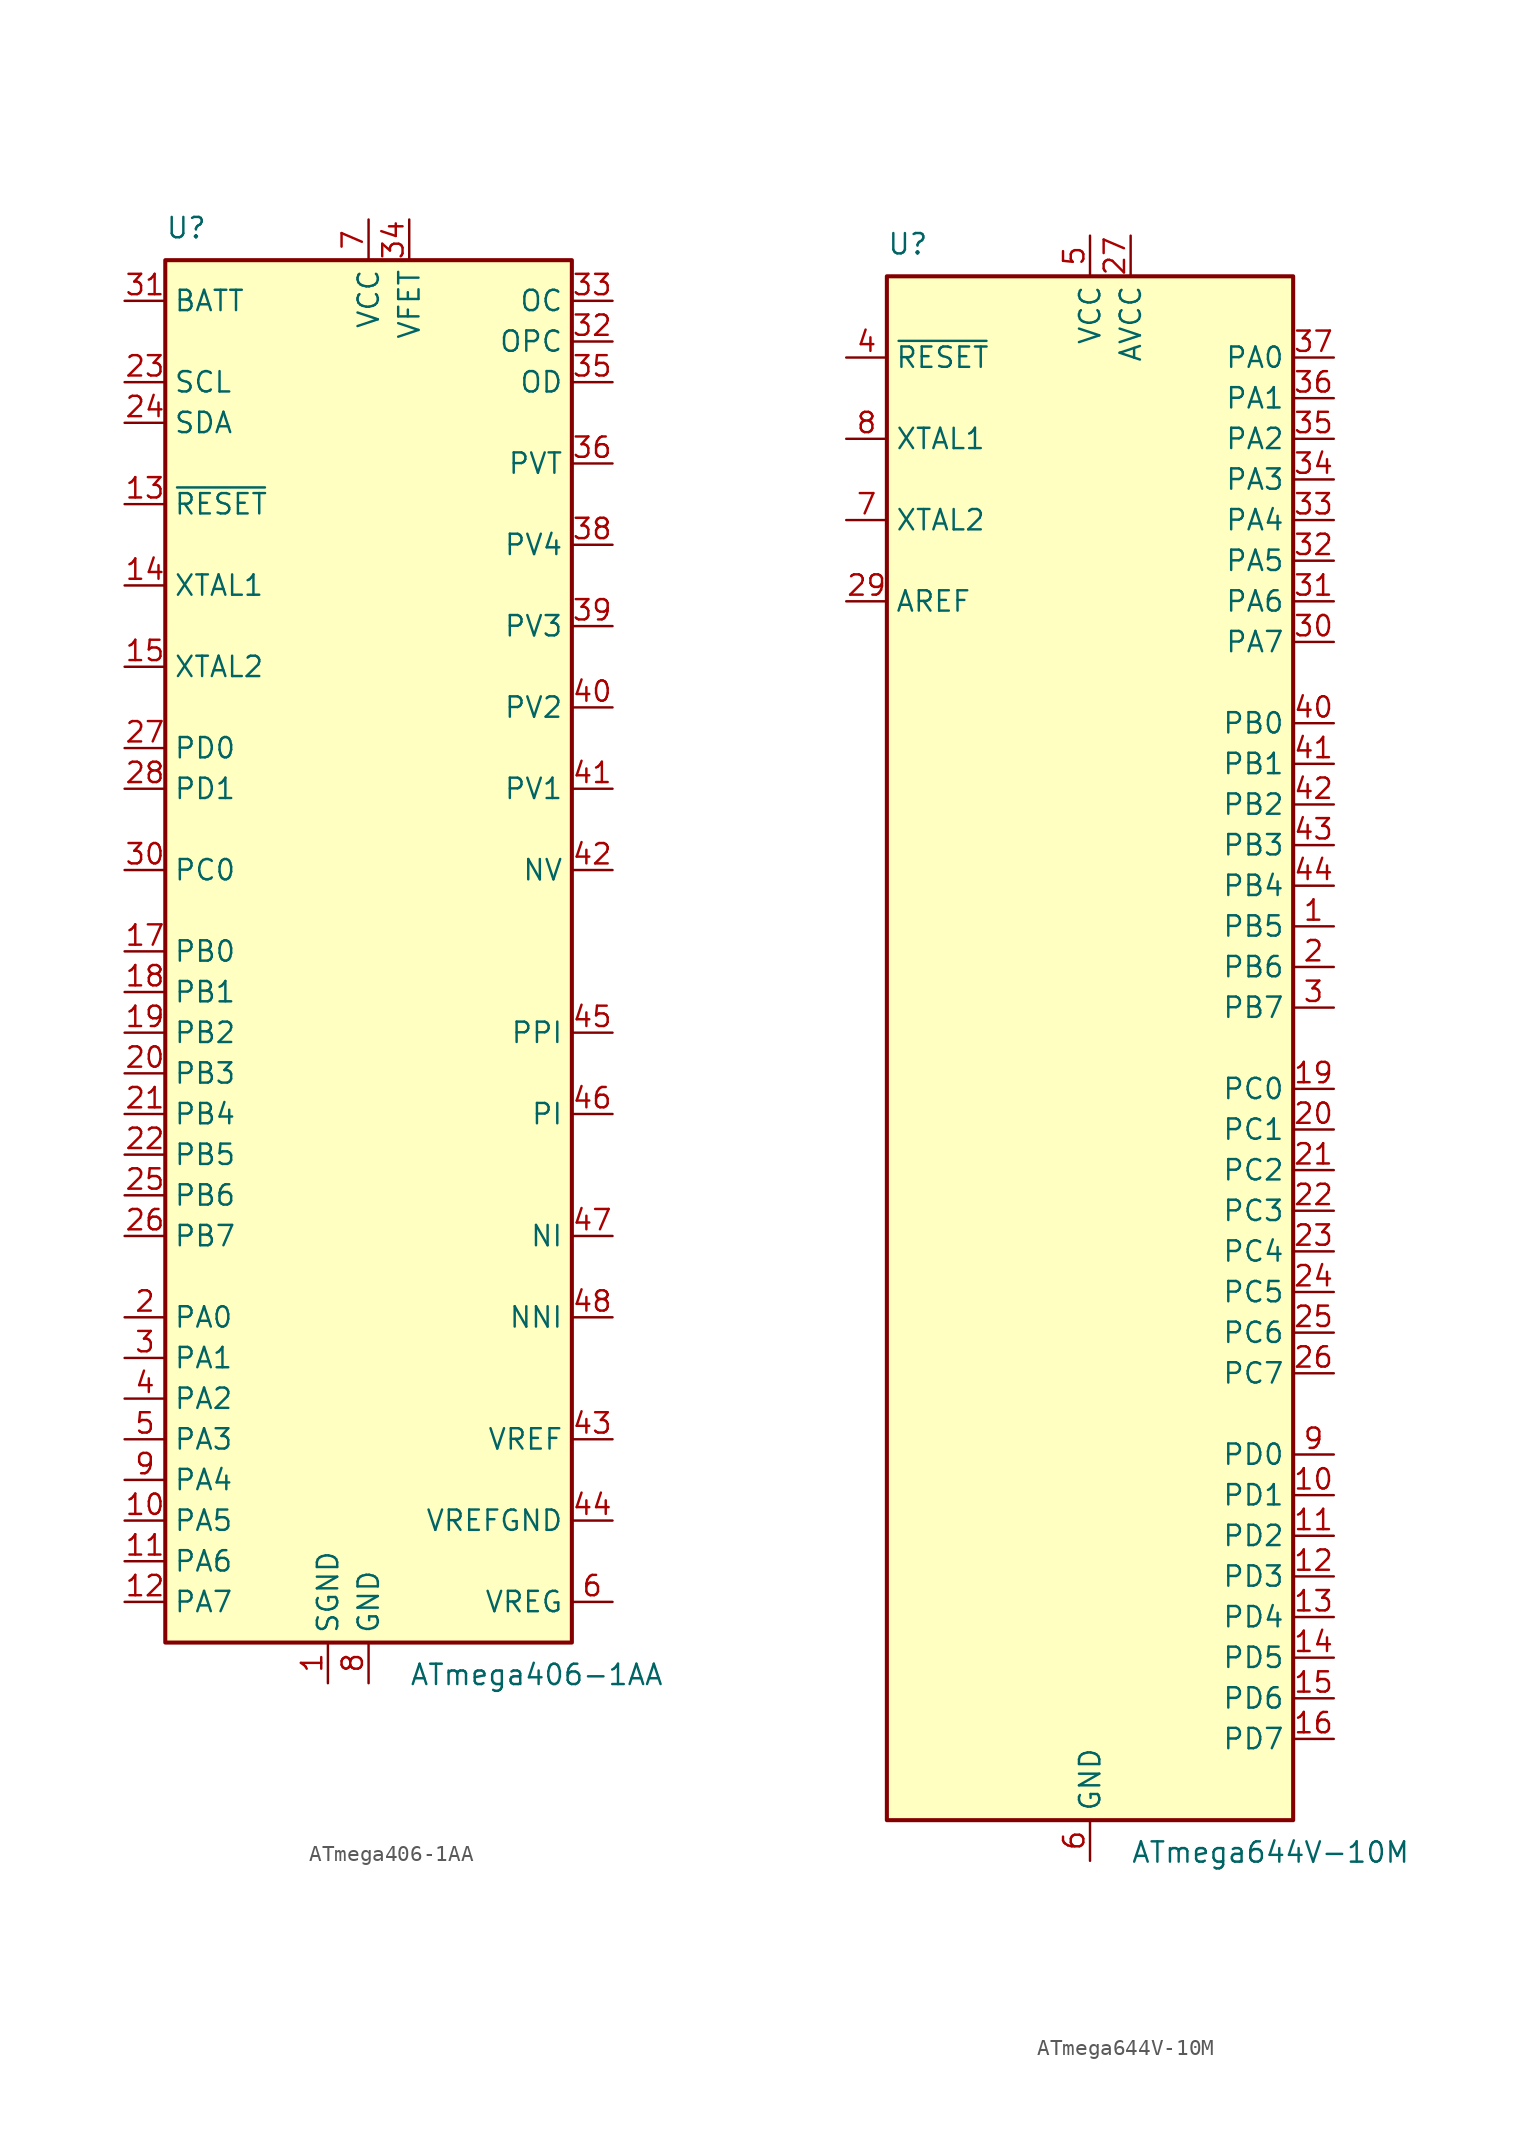
<source format=kicad_sym>
(kicad_symbol_lib
  (version 20201005)
  (generator kicad_symbol_editor)
  (symbol "MCU_Microchip_ATmega:ATmega406-1AA"
    (property "Reference" "U"
      (at -12.7 44.45 0)
      (effects (font (size 1.27 1.27)) (justify left bottom)))
    (property "Value" "ATmega406-1AA"
      (at 2.54 -44.45 0)
      (effects (font (size 1.27 1.27)) (justify left top)))
    (symbol "ATmega406-1AA_1_1"
      (rectangle (start -12.7 43.18) (end 12.7 -43.18) (stroke (width 0.254)) (fill (type background)))
      (pin power_in line (at -2.54 -45.72 90) (length 2.54) (name "SGND" (effects (font (size 1.27 1.27)))) (number "1" (effects (font (size 1.27 1.27)))))
      (pin bidirectional line (at -15.24 -35.56 0) (length 2.54) (name "PA5" (effects (font (size 1.27 1.27)))) (number "10" (effects (font (size 1.27 1.27)))))
      (pin bidirectional line (at -15.24 -38.1 0) (length 2.54) (name "PA6" (effects (font (size 1.27 1.27)))) (number "11" (effects (font (size 1.27 1.27)))))
      (pin bidirectional line (at -15.24 -40.64 0) (length 2.54) (name "PA7" (effects (font (size 1.27 1.27)))) (number "12" (effects (font (size 1.27 1.27)))))
      (pin input line (at -15.24 27.94 0) (length 2.54) (name "~RESET" (effects (font (size 1.27 1.27)))) (number "13" (effects (font (size 1.27 1.27)))))
      (pin input line (at -15.24 22.86 0) (length 2.54) (name "XTAL1" (effects (font (size 1.27 1.27)))) (number "14" (effects (font (size 1.27 1.27)))))
      (pin output line (at -15.24 17.78 0) (length 2.54) (name "XTAL2" (effects (font (size 1.27 1.27)))) (number "15" (effects (font (size 1.27 1.27)))))
      (pin passive line (at 0 -45.72 90) (length 2.54) hide (name "GND" (effects (font (size 1.27 1.27)))) (number "16" (effects (font (size 1.27 1.27)))))
      (pin bidirectional line (at -15.24 0 0) (length 2.54) (name "PB0" (effects (font (size 1.27 1.27)))) (number "17" (effects (font (size 1.27 1.27)))))
      (pin bidirectional line (at -15.24 -2.54 0) (length 2.54) (name "PB1" (effects (font (size 1.27 1.27)))) (number "18" (effects (font (size 1.27 1.27)))))
      (pin bidirectional line (at -15.24 -5.08 0) (length 2.54) (name "PB2" (effects (font (size 1.27 1.27)))) (number "19" (effects (font (size 1.27 1.27)))))
      (pin bidirectional line (at -15.24 -22.86 0) (length 2.54) (name "PA0" (effects (font (size 1.27 1.27)))) (number "2" (effects (font (size 1.27 1.27)))))
      (pin bidirectional line (at -15.24 -7.62 0) (length 2.54) (name "PB3" (effects (font (size 1.27 1.27)))) (number "20" (effects (font (size 1.27 1.27)))))
      (pin bidirectional line (at -15.24 -10.16 0) (length 2.54) (name "PB4" (effects (font (size 1.27 1.27)))) (number "21" (effects (font (size 1.27 1.27)))))
      (pin bidirectional line (at -15.24 -12.7 0) (length 2.54) (name "PB5" (effects (font (size 1.27 1.27)))) (number "22" (effects (font (size 1.27 1.27)))))
      (pin input line (at -15.24 35.56 0) (length 2.54) (name "SCL" (effects (font (size 1.27 1.27)))) (number "23" (effects (font (size 1.27 1.27)))))
      (pin bidirectional line (at -15.24 33.02 0) (length 2.54) (name "SDA" (effects (font (size 1.27 1.27)))) (number "24" (effects (font (size 1.27 1.27)))))
      (pin bidirectional line (at -15.24 -15.24 0) (length 2.54) (name "PB6" (effects (font (size 1.27 1.27)))) (number "25" (effects (font (size 1.27 1.27)))))
      (pin bidirectional line (at -15.24 -17.78 0) (length 2.54) (name "PB7" (effects (font (size 1.27 1.27)))) (number "26" (effects (font (size 1.27 1.27)))))
      (pin bidirectional line (at -15.24 12.7 0) (length 2.54) (name "PD0" (effects (font (size 1.27 1.27)))) (number "27" (effects (font (size 1.27 1.27)))))
      (pin bidirectional line (at -15.24 10.16 0) (length 2.54) (name "PD1" (effects (font (size 1.27 1.27)))) (number "28" (effects (font (size 1.27 1.27)))))
      (pin passive line (at 0 -45.72 90) (length 2.54) hide (name "GND" (effects (font (size 1.27 1.27)))) (number "29" (effects (font (size 1.27 1.27)))))
      (pin bidirectional line (at -15.24 -25.4 0) (length 2.54) (name "PA1" (effects (font (size 1.27 1.27)))) (number "3" (effects (font (size 1.27 1.27)))))
      (pin open_collector line (at -15.24 5.08 0) (length 2.54) (name "PC0" (effects (font (size 1.27 1.27)))) (number "30" (effects (font (size 1.27 1.27)))))
      (pin input line (at -15.24 40.64 0) (length 2.54) (name "BATT" (effects (font (size 1.27 1.27)))) (number "31" (effects (font (size 1.27 1.27)))))
      (pin output line (at 15.24 38.1 180) (length 2.54) (name "OPC" (effects (font (size 1.27 1.27)))) (number "32" (effects (font (size 1.27 1.27)))))
      (pin output line (at 15.24 40.64 180) (length 2.54) (name "OC" (effects (font (size 1.27 1.27)))) (number "33" (effects (font (size 1.27 1.27)))))
      (pin power_in line (at 2.54 45.72 270) (length 2.54) (name "VFET" (effects (font (size 1.27 1.27)))) (number "34" (effects (font (size 1.27 1.27)))))
      (pin output line (at 15.24 35.56 180) (length 2.54) (name "OD" (effects (font (size 1.27 1.27)))) (number "35" (effects (font (size 1.27 1.27)))))
      (pin input line (at 15.24 30.48 180) (length 2.54) (name "PVT" (effects (font (size 1.27 1.27)))) (number "36" (effects (font (size 1.27 1.27)))))
      (pin passive line (at 0 -45.72 90) (length 2.54) hide (name "GND" (effects (font (size 1.27 1.27)))) (number "37" (effects (font (size 1.27 1.27)))))
      (pin input line (at 15.24 25.4 180) (length 2.54) (name "PV4" (effects (font (size 1.27 1.27)))) (number "38" (effects (font (size 1.27 1.27)))))
      (pin input line (at 15.24 20.32 180) (length 2.54) (name "PV3" (effects (font (size 1.27 1.27)))) (number "39" (effects (font (size 1.27 1.27)))))
      (pin bidirectional line (at -15.24 -27.94 0) (length 2.54) (name "PA2" (effects (font (size 1.27 1.27)))) (number "4" (effects (font (size 1.27 1.27)))))
      (pin input line (at 15.24 15.24 180) (length 2.54) (name "PV2" (effects (font (size 1.27 1.27)))) (number "40" (effects (font (size 1.27 1.27)))))
      (pin input line (at 15.24 10.16 180) (length 2.54) (name "PV1" (effects (font (size 1.27 1.27)))) (number "41" (effects (font (size 1.27 1.27)))))
      (pin input line (at 15.24 5.08 180) (length 2.54) (name "NV" (effects (font (size 1.27 1.27)))) (number "42" (effects (font (size 1.27 1.27)))))
      (pin passive line (at 15.24 -30.48 180) (length 2.54) (name "VREF" (effects (font (size 1.27 1.27)))) (number "43" (effects (font (size 1.27 1.27)))))
      (pin passive line (at 15.24 -35.56 180) (length 2.54) (name "VREFGND" (effects (font (size 1.27 1.27)))) (number "44" (effects (font (size 1.27 1.27)))))
      (pin input line (at 15.24 -5.08 180) (length 2.54) (name "PPI" (effects (font (size 1.27 1.27)))) (number "45" (effects (font (size 1.27 1.27)))))
      (pin input line (at 15.24 -10.16 180) (length 2.54) (name "PI" (effects (font (size 1.27 1.27)))) (number "46" (effects (font (size 1.27 1.27)))))
      (pin input line (at 15.24 -17.78 180) (length 2.54) (name "NI" (effects (font (size 1.27 1.27)))) (number "47" (effects (font (size 1.27 1.27)))))
      (pin input line (at 15.24 -22.86 180) (length 2.54) (name "NNI" (effects (font (size 1.27 1.27)))) (number "48" (effects (font (size 1.27 1.27)))))
      (pin bidirectional line (at -15.24 -30.48 0) (length 2.54) (name "PA3" (effects (font (size 1.27 1.27)))) (number "5" (effects (font (size 1.27 1.27)))))
      (pin power_out line (at 15.24 -40.64 180) (length 2.54) (name "VREG" (effects (font (size 1.27 1.27)))) (number "6" (effects (font (size 1.27 1.27)))))
      (pin power_in line (at 0 45.72 270) (length 2.54) (name "VCC" (effects (font (size 1.27 1.27)))) (number "7" (effects (font (size 1.27 1.27)))))
      (pin power_in line (at 0 -45.72 90) (length 2.54) (name "GND" (effects (font (size 1.27 1.27)))) (number "8" (effects (font (size 1.27 1.27)))))
      (pin bidirectional line (at -15.24 -33.02 0) (length 2.54) (name "PA4" (effects (font (size 1.27 1.27)))) (number "9" (effects (font (size 1.27 1.27)))))))
  (symbol "MCU_Microchip_ATmega:ATmega644V-10M"
    (property "Reference" "U"
      (at -12.7 49.53 0)
      (effects (font (size 1.27 1.27)) (justify left bottom)))
    (property "Value" "ATmega644V-10M"
      (at 2.54 -49.53 0)
      (effects (font (size 1.27 1.27)) (justify left top)))
    (symbol "ATmega644V-10M_0_1"
      (rectangle (start -12.7 -48.26) (end 12.7 48.26) (stroke (width 0.254)) (fill (type background))))
    (symbol "ATmega644V-10M_1_1"
      (pin bidirectional line (at 15.24 7.62 180) (length 2.54) (name "PB5" (effects (font (size 1.27 1.27)))) (number "1" (effects (font (size 1.27 1.27)))))
      (pin bidirectional line (at 15.24 -27.94 180) (length 2.54) (name "PD1" (effects (font (size 1.27 1.27)))) (number "10" (effects (font (size 1.27 1.27)))))
      (pin bidirectional line (at 15.24 -30.48 180) (length 2.54) (name "PD2" (effects (font (size 1.27 1.27)))) (number "11" (effects (font (size 1.27 1.27)))))
      (pin bidirectional line (at 15.24 -33.02 180) (length 2.54) (name "PD3" (effects (font (size 1.27 1.27)))) (number "12" (effects (font (size 1.27 1.27)))))
      (pin bidirectional line (at 15.24 -35.56 180) (length 2.54) (name "PD4" (effects (font (size 1.27 1.27)))) (number "13" (effects (font (size 1.27 1.27)))))
      (pin bidirectional line (at 15.24 -38.1 180) (length 2.54) (name "PD5" (effects (font (size 1.27 1.27)))) (number "14" (effects (font (size 1.27 1.27)))))
      (pin bidirectional line (at 15.24 -40.64 180) (length 2.54) (name "PD6" (effects (font (size 1.27 1.27)))) (number "15" (effects (font (size 1.27 1.27)))))
      (pin bidirectional line (at 15.24 -43.18 180) (length 2.54) (name "PD7" (effects (font (size 1.27 1.27)))) (number "16" (effects (font (size 1.27 1.27)))))
      (pin passive line (at 0 50.8 270) (length 2.54) hide (name "VCC" (effects (font (size 1.27 1.27)))) (number "17" (effects (font (size 1.27 1.27)))))
      (pin passive line (at 0 -50.8 90) (length 2.54) hide (name "GND" (effects (font (size 1.27 1.27)))) (number "18" (effects (font (size 1.27 1.27)))))
      (pin bidirectional line (at 15.24 -2.54 180) (length 2.54) (name "PC0" (effects (font (size 1.27 1.27)))) (number "19" (effects (font (size 1.27 1.27)))))
      (pin bidirectional line (at 15.24 5.08 180) (length 2.54) (name "PB6" (effects (font (size 1.27 1.27)))) (number "2" (effects (font (size 1.27 1.27)))))
      (pin bidirectional line (at 15.24 -5.08 180) (length 2.54) (name "PC1" (effects (font (size 1.27 1.27)))) (number "20" (effects (font (size 1.27 1.27)))))
      (pin bidirectional line (at 15.24 -7.62 180) (length 2.54) (name "PC2" (effects (font (size 1.27 1.27)))) (number "21" (effects (font (size 1.27 1.27)))))
      (pin bidirectional line (at 15.24 -10.16 180) (length 2.54) (name "PC3" (effects (font (size 1.27 1.27)))) (number "22" (effects (font (size 1.27 1.27)))))
      (pin bidirectional line (at 15.24 -12.7 180) (length 2.54) (name "PC4" (effects (font (size 1.27 1.27)))) (number "23" (effects (font (size 1.27 1.27)))))
      (pin bidirectional line (at 15.24 -15.24 180) (length 2.54) (name "PC5" (effects (font (size 1.27 1.27)))) (number "24" (effects (font (size 1.27 1.27)))))
      (pin bidirectional line (at 15.24 -17.78 180) (length 2.54) (name "PC6" (effects (font (size 1.27 1.27)))) (number "25" (effects (font (size 1.27 1.27)))))
      (pin bidirectional line (at 15.24 -20.32 180) (length 2.54) (name "PC7" (effects (font (size 1.27 1.27)))) (number "26" (effects (font (size 1.27 1.27)))))
      (pin power_in line (at 2.54 50.8 270) (length 2.54) (name "AVCC" (effects (font (size 1.27 1.27)))) (number "27" (effects (font (size 1.27 1.27)))))
      (pin passive line (at 0 -50.8 90) (length 2.54) hide (name "GND" (effects (font (size 1.27 1.27)))) (number "28" (effects (font (size 1.27 1.27)))))
      (pin passive line (at -15.24 27.94 0) (length 2.54) (name "AREF" (effects (font (size 1.27 1.27)))) (number "29" (effects (font (size 1.27 1.27)))))
      (pin bidirectional line (at 15.24 2.54 180) (length 2.54) (name "PB7" (effects (font (size 1.27 1.27)))) (number "3" (effects (font (size 1.27 1.27)))))
      (pin bidirectional line (at 15.24 25.4 180) (length 2.54) (name "PA7" (effects (font (size 1.27 1.27)))) (number "30" (effects (font (size 1.27 1.27)))))
      (pin bidirectional line (at 15.24 27.94 180) (length 2.54) (name "PA6" (effects (font (size 1.27 1.27)))) (number "31" (effects (font (size 1.27 1.27)))))
      (pin bidirectional line (at 15.24 30.48 180) (length 2.54) (name "PA5" (effects (font (size 1.27 1.27)))) (number "32" (effects (font (size 1.27 1.27)))))
      (pin bidirectional line (at 15.24 33.02 180) (length 2.54) (name "PA4" (effects (font (size 1.27 1.27)))) (number "33" (effects (font (size 1.27 1.27)))))
      (pin bidirectional line (at 15.24 35.56 180) (length 2.54) (name "PA3" (effects (font (size 1.27 1.27)))) (number "34" (effects (font (size 1.27 1.27)))))
      (pin bidirectional line (at 15.24 38.1 180) (length 2.54) (name "PA2" (effects (font (size 1.27 1.27)))) (number "35" (effects (font (size 1.27 1.27)))))
      (pin bidirectional line (at 15.24 40.64 180) (length 2.54) (name "PA1" (effects (font (size 1.27 1.27)))) (number "36" (effects (font (size 1.27 1.27)))))
      (pin bidirectional line (at 15.24 43.18 180) (length 2.54) (name "PA0" (effects (font (size 1.27 1.27)))) (number "37" (effects (font (size 1.27 1.27)))))
      (pin passive line (at 0 50.8 270) (length 2.54) hide (name "VCC" (effects (font (size 1.27 1.27)))) (number "38" (effects (font (size 1.27 1.27)))))
      (pin passive line (at 0 -50.8 90) (length 2.54) hide (name "GND" (effects (font (size 1.27 1.27)))) (number "39" (effects (font (size 1.27 1.27)))))
      (pin input line (at -15.24 43.18 0) (length 2.54) (name "~RESET" (effects (font (size 1.27 1.27)))) (number "4" (effects (font (size 1.27 1.27)))))
      (pin bidirectional line (at 15.24 20.32 180) (length 2.54) (name "PB0" (effects (font (size 1.27 1.27)))) (number "40" (effects (font (size 1.27 1.27)))))
      (pin bidirectional line (at 15.24 17.78 180) (length 2.54) (name "PB1" (effects (font (size 1.27 1.27)))) (number "41" (effects (font (size 1.27 1.27)))))
      (pin bidirectional line (at 15.24 15.24 180) (length 2.54) (name "PB2" (effects (font (size 1.27 1.27)))) (number "42" (effects (font (size 1.27 1.27)))))
      (pin bidirectional line (at 15.24 12.7 180) (length 2.54) (name "PB3" (effects (font (size 1.27 1.27)))) (number "43" (effects (font (size 1.27 1.27)))))
      (pin bidirectional line (at 15.24 10.16 180) (length 2.54) (name "PB4" (effects (font (size 1.27 1.27)))) (number "44" (effects (font (size 1.27 1.27)))))
      (pin passive line (at 0 -50.8 90) (length 2.54) hide (name "GND" (effects (font (size 1.27 1.27)))) (number "45" (effects (font (size 1.27 1.27)))))
      (pin power_in line (at 0 50.8 270) (length 2.54) (name "VCC" (effects (font (size 1.27 1.27)))) (number "5" (effects (font (size 1.27 1.27)))))
      (pin power_in line (at 0 -50.8 90) (length 2.54) (name "GND" (effects (font (size 1.27 1.27)))) (number "6" (effects (font (size 1.27 1.27)))))
      (pin output line (at -15.24 33.02 0) (length 2.54) (name "XTAL2" (effects (font (size 1.27 1.27)))) (number "7" (effects (font (size 1.27 1.27)))))
      (pin input line (at -15.24 38.1 0) (length 2.54) (name "XTAL1" (effects (font (size 1.27 1.27)))) (number "8" (effects (font (size 1.27 1.27)))))
      (pin bidirectional line (at 15.24 -25.4 180) (length 2.54) (name "PD0" (effects (font (size 1.27 1.27)))) (number "9" (effects (font (size 1.27 1.27))))))))
</source>
